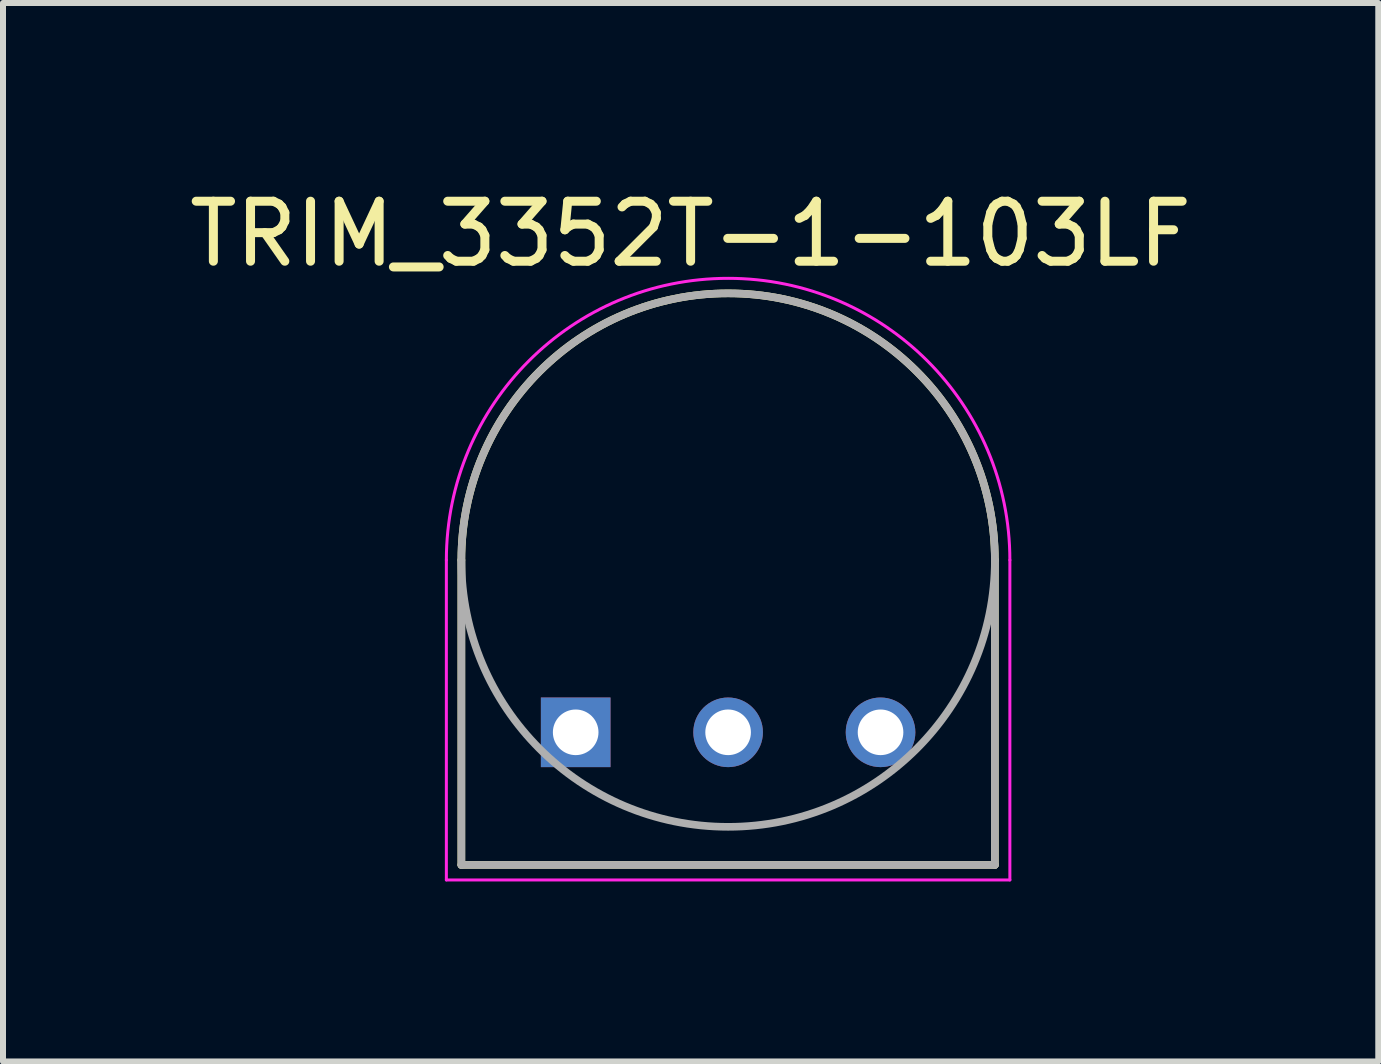
<source format=kicad_pcb>
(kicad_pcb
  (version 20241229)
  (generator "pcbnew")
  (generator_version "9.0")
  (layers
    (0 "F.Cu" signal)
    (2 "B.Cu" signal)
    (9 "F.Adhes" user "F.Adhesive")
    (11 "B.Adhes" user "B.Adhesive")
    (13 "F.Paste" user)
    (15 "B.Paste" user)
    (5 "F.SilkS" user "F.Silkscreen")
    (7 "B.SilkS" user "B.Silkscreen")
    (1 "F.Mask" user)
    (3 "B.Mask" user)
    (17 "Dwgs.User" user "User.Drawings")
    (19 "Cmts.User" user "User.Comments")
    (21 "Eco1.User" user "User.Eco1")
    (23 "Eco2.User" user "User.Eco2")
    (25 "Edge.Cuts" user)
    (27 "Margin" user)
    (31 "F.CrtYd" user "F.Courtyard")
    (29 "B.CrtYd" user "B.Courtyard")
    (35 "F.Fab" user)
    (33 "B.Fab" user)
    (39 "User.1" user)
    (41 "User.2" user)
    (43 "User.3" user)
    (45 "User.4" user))
  (footprint "TRIM_3352T-1-103LF"
    (layer "F.Cu")
    (at 9.083 6.283)
    (property "Reference" "TRIM_3352T-1-103LF" (at -0.625 -5.435 0) (layer "F.SilkS") (effects (font (size 1 1) (thickness 0.15))))
    (attr through_hole)
    (fp_line (start -4.445 0) (end -4.445 5.08) (stroke (width 0.127) (type solid)) (layer "F.SilkS"))
    (fp_line (start -4.445 5.08) (end 4.445 5.08) (stroke (width 0.127) (type solid)) (layer "F.SilkS"))
    (fp_line (start 4.445 0) (end 4.445 5.08) (stroke (width 0.127) (type solid)) (layer "F.SilkS"))
    (fp_arc (start -4.445 0) (mid 0 -4.445) (end 4.445 0) (stroke (width 0.127) (type solid)) (layer "F.SilkS"))
    (fp_line (start -4.695 0) (end -4.695 5.33) (stroke (width 0.05) (type solid)) (layer "F.CrtYd"))
    (fp_line (start -4.695 5.33) (end 4.695 5.33) (stroke (width 0.05) (type solid)) (layer "F.CrtYd"))
    (fp_line (start 4.695 5.33) (end 4.695 0) (stroke (width 0.05) (type solid)) (layer "F.CrtYd"))
    (fp_arc (start -4.695 0) (mid 0 -4.695) (end 4.695 0) (stroke (width 0.05) (type solid)) (layer "F.CrtYd"))
    (fp_line (start -4.445 0) (end -4.445 5.08) (stroke (width 0.127) (type solid)) (layer "F.Fab"))
    (fp_line (start -4.445 5.08) (end 4.445 5.08) (stroke (width 0.127) (type solid)) (layer "F.Fab"))
    (fp_line (start 4.445 5.08) (end 4.445 0) (stroke (width 0.127) (type solid)) (layer "F.Fab"))
    (fp_circle (center 0 0) (end 4.445 0) (stroke (width 0.127) (type solid)) (fill no) (layer "F.Fab"))
    (pad "1" thru_hole rect (at -2.54 2.87) (size 1.16 1.16) (drill 0.76) (layers "*.Cu" "*.Mask"))
    (pad "2" thru_hole circle (at 0 2.87) (size 1.16 1.16) (drill 0.76) (layers "*.Cu" "*.Mask"))
    (pad "3" thru_hole circle (at 2.54 2.87) (size 1.16 1.16) (drill 0.76) (layers "*.Cu" "*.Mask")))
  (gr_rect
    (start -3 -3)
    (end 19.917 14.638)
    (stroke (width 0.1) (type default))
    (fill no)
    (layer "Edge.Cuts")))
</source>
